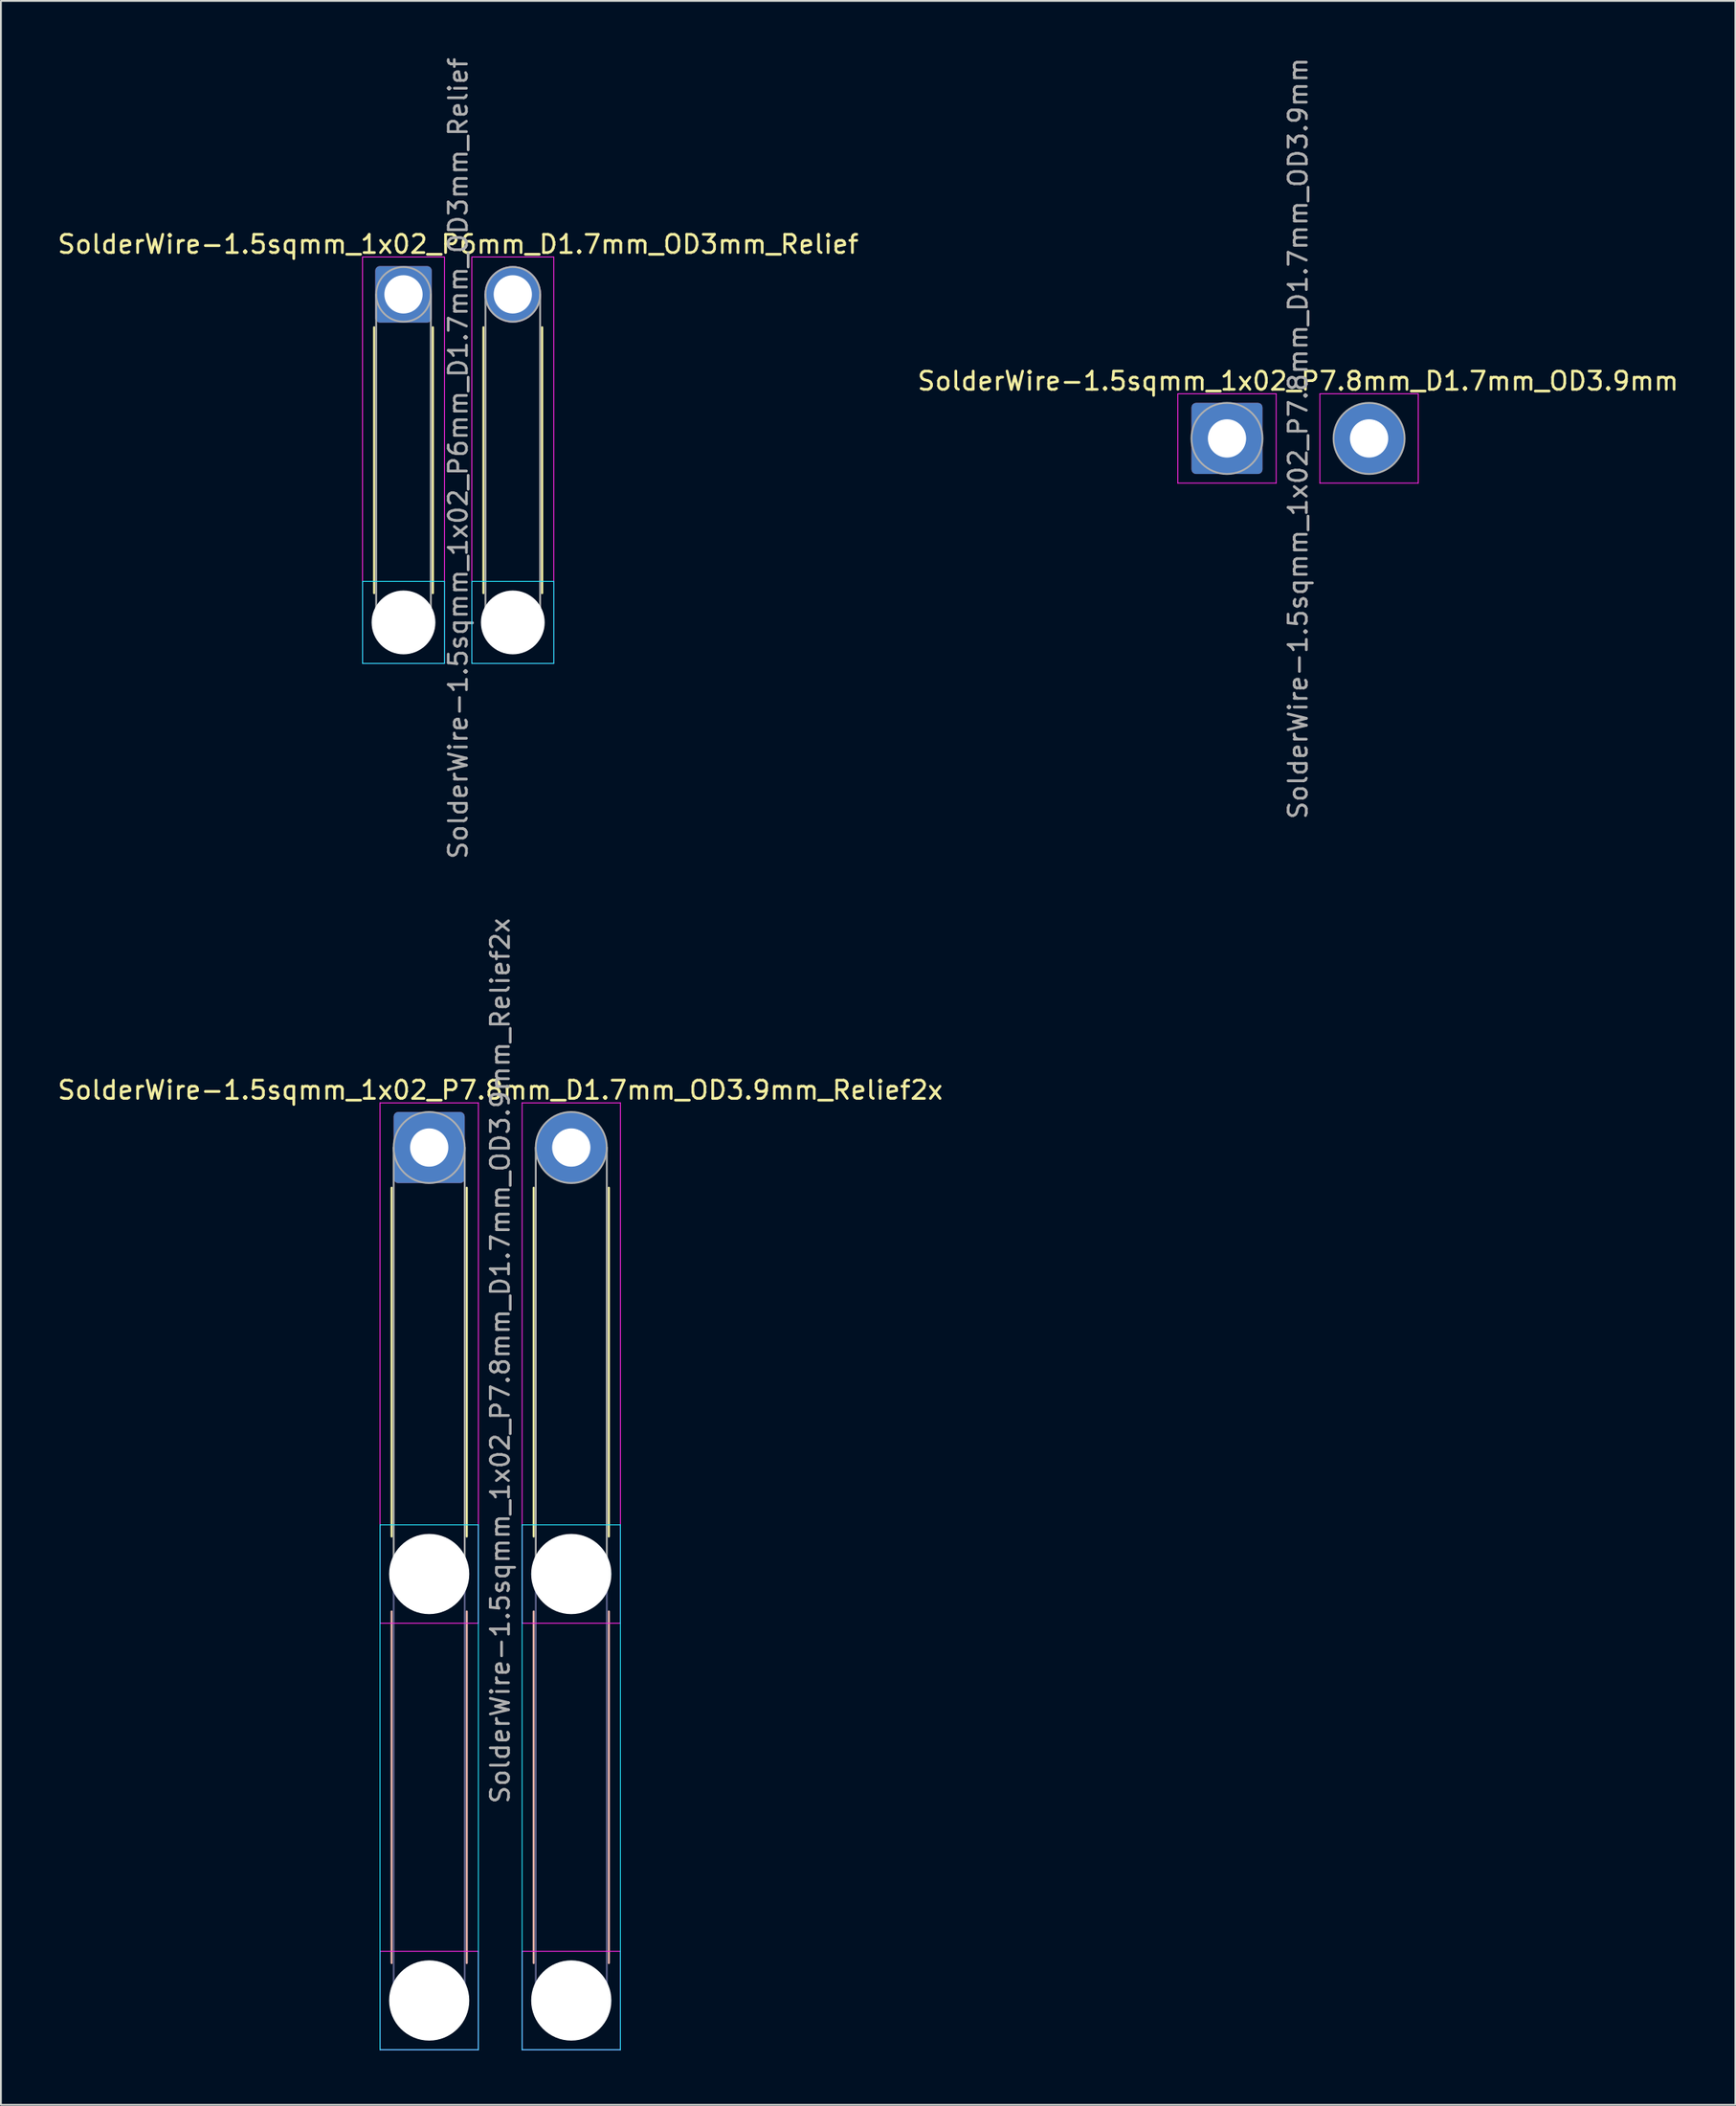
<source format=kicad_pcb>
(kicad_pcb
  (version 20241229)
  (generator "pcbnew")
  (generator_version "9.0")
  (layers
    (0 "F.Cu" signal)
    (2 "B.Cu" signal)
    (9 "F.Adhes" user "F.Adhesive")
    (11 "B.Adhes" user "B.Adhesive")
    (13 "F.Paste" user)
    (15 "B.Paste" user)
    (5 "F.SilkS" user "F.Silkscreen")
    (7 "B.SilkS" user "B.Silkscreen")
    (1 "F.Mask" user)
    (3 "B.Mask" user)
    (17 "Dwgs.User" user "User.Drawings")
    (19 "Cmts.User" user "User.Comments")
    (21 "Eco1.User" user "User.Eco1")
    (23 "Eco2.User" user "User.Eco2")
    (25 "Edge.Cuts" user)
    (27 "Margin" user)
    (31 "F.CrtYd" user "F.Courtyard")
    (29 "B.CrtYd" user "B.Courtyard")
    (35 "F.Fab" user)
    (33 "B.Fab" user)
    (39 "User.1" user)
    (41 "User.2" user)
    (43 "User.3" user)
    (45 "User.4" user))
  (footprint "SolderWire-1.5sqmm_1x02_P6mm_D1.7mm_OD3mm_Relief"
    (layer "F.Cu")
    (at 19.101 13.101)
    (property "Reference" "SolderWire-1.5sqmm_1x02_P6mm_D1.7mm_OD3mm_Relief" (at 3 -2.75 0) (layer "F.SilkS") (effects (font (size 1 1) (thickness 0.15))))
    (attr exclude_from_pos_files exclude_from_bom)
    (fp_line (start -1.61 1.81) (end -1.61 16.39) (stroke (width 0.12) (type solid)) (layer "F.SilkS"))
    (fp_line (start 1.61 1.81) (end 1.61 16.39) (stroke (width 0.12) (type solid)) (layer "F.SilkS"))
    (fp_line (start 4.39 1.81) (end 4.39 16.39) (stroke (width 0.12) (type solid)) (layer "F.SilkS"))
    (fp_line (start 7.61 1.81) (end 7.61 16.39) (stroke (width 0.12) (type solid)) (layer "F.SilkS"))
    (fp_line (start -2.25 15.75) (end -2.25 20.25) (stroke (width 0.05) (type solid)) (layer "B.CrtYd"))
    (fp_line (start -2.25 20.25) (end 2.25 20.25) (stroke (width 0.05) (type solid)) (layer "B.CrtYd"))
    (fp_line (start 2.25 15.75) (end -2.25 15.75) (stroke (width 0.05) (type solid)) (layer "B.CrtYd"))
    (fp_line (start 2.25 20.25) (end 2.25 15.75) (stroke (width 0.05) (type solid)) (layer "B.CrtYd"))
    (fp_line (start 3.75 15.75) (end 3.75 20.25) (stroke (width 0.05) (type solid)) (layer "B.CrtYd"))
    (fp_line (start 3.75 20.25) (end 8.25 20.25) (stroke (width 0.05) (type solid)) (layer "B.CrtYd"))
    (fp_line (start 8.25 15.75) (end 3.75 15.75) (stroke (width 0.05) (type solid)) (layer "B.CrtYd"))
    (fp_line (start 8.25 20.25) (end 8.25 15.75) (stroke (width 0.05) (type solid)) (layer "B.CrtYd"))
    (fp_line (start -2.25 -2.05) (end -2.25 20.25) (stroke (width 0.05) (type solid)) (layer "F.CrtYd"))
    (fp_line (start -2.25 20.25) (end 2.25 20.25) (stroke (width 0.05) (type solid)) (layer "F.CrtYd"))
    (fp_line (start 2.25 -2.05) (end -2.25 -2.05) (stroke (width 0.05) (type solid)) (layer "F.CrtYd"))
    (fp_line (start 2.25 20.25) (end 2.25 -2.05) (stroke (width 0.05) (type solid)) (layer "F.CrtYd"))
    (fp_line (start 3.75 -2.05) (end 3.75 20.25) (stroke (width 0.05) (type solid)) (layer "F.CrtYd"))
    (fp_line (start 3.75 20.25) (end 8.25 20.25) (stroke (width 0.05) (type solid)) (layer "F.CrtYd"))
    (fp_line (start 8.25 -2.05) (end 3.75 -2.05) (stroke (width 0.05) (type solid)) (layer "F.CrtYd"))
    (fp_line (start 8.25 20.25) (end 8.25 -2.05) (stroke (width 0.05) (type solid)) (layer "F.CrtYd"))
    (fp_line (start -1.5 0) (end -1.5 18) (stroke (width 0.1) (type solid)) (layer "F.Fab"))
    (fp_line (start 1.5 0) (end 1.5 18) (stroke (width 0.1) (type solid)) (layer "F.Fab"))
    (fp_line (start 4.5 0) (end 4.5 18) (stroke (width 0.1) (type solid)) (layer "F.Fab"))
    (fp_line (start 7.5 0) (end 7.5 18) (stroke (width 0.1) (type solid)) (layer "F.Fab"))
    (fp_circle (center 0 0) (end 1.5 0) (stroke (width 0.1) (type solid)) (fill no) (layer "F.Fab"))
    (fp_circle (center 0 18) (end 1.5 18) (stroke (width 0.1) (type solid)) (fill no) (layer "F.Fab"))
    (fp_circle (center 6 0) (end 7.5 0) (stroke (width 0.1) (type solid)) (fill no) (layer "F.Fab"))
    (fp_circle (center 6 18) (end 7.5 18) (stroke (width 0.1) (type solid)) (fill no) (layer "F.Fab"))
    (fp_text user "${REFERENCE}" (at 3 9 90) (layer "F.Fab") (effects (font (size 1 1) (thickness 0.15))))
    (pad "" np_thru_hole circle (at 0 18) (size 3.5 3.5) (drill 3.5) (layers "*.Cu" "*.Mask"))
    (pad "" np_thru_hole circle (at 6 18) (size 3.5 3.5) (drill 3.5) (layers "*.Cu" "*.Mask"))
    (pad "1" thru_hole roundrect (at 0 0) (size 3.1 3.1) (drill 2.1) (layers "*.Cu" "*.Mask") (roundrect_rratio 0.081))
    (pad "2" thru_hole circle (at 6 0) (size 3.1 3.1) (drill 2.1) (layers "*.Cu" "*.Mask")))
  (footprint "SolderWire-1.5sqmm_1x02_P7.8mm_D1.7mm_OD3.9mm_Relief2x"
    (layer "F.Cu")
    (at 20.511 59.913)
    (property "Reference" "SolderWire-1.5sqmm_1x02_P7.8mm_D1.7mm_OD3.9mm_Relief2x" (at 3.9 -3.15 0) (layer "F.SilkS") (effects (font (size 1 1) (thickness 0.15))))
    (attr exclude_from_pos_files exclude_from_bom)
    (fp_line (start -2.06 2.21) (end -2.06 21.34) (stroke (width 0.12) (type solid)) (layer "F.SilkS"))
    (fp_line (start 2.06 2.21) (end 2.06 21.34) (stroke (width 0.12) (type solid)) (layer "F.SilkS"))
    (fp_line (start 5.74 2.21) (end 5.74 21.34) (stroke (width 0.12) (type solid)) (layer "F.SilkS"))
    (fp_line (start 9.86 2.21) (end 9.86 21.34) (stroke (width 0.12) (type solid)) (layer "F.SilkS"))
    (fp_line (start -2.06 25.46) (end -2.06 44.74) (stroke (width 0.12) (type solid)) (layer "B.SilkS"))
    (fp_line (start 2.06 25.46) (end 2.06 44.74) (stroke (width 0.12) (type solid)) (layer "B.SilkS"))
    (fp_line (start 5.74 25.46) (end 5.74 44.74) (stroke (width 0.12) (type solid)) (layer "B.SilkS"))
    (fp_line (start 9.86 25.46) (end 9.86 44.74) (stroke (width 0.12) (type solid)) (layer "B.SilkS"))
    (fp_line (start -2.7 20.7) (end -2.7 49.5) (stroke (width 0.05) (type solid)) (layer "B.CrtYd"))
    (fp_line (start -2.7 49.5) (end 2.7 49.5) (stroke (width 0.05) (type solid)) (layer "B.CrtYd"))
    (fp_line (start 2.7 20.7) (end -2.7 20.7) (stroke (width 0.05) (type solid)) (layer "B.CrtYd"))
    (fp_line (start 2.7 49.5) (end 2.7 20.7) (stroke (width 0.05) (type solid)) (layer "B.CrtYd"))
    (fp_line (start 5.1 20.7) (end 5.1 49.5) (stroke (width 0.05) (type solid)) (layer "B.CrtYd"))
    (fp_line (start 5.1 49.5) (end 10.5 49.5) (stroke (width 0.05) (type solid)) (layer "B.CrtYd"))
    (fp_line (start 10.5 20.7) (end 5.1 20.7) (stroke (width 0.05) (type solid)) (layer "B.CrtYd"))
    (fp_line (start 10.5 49.5) (end 10.5 20.7) (stroke (width 0.05) (type solid)) (layer "B.CrtYd"))
    (fp_line (start -2.7 -2.45) (end -2.7 26.1) (stroke (width 0.05) (type solid)) (layer "F.CrtYd"))
    (fp_line (start -2.7 26.1) (end 2.7 26.1) (stroke (width 0.05) (type solid)) (layer "F.CrtYd"))
    (fp_line (start -2.7 44.1) (end -2.7 49.5) (stroke (width 0.05) (type solid)) (layer "F.CrtYd"))
    (fp_line (start -2.7 49.5) (end 2.7 49.5) (stroke (width 0.05) (type solid)) (layer "F.CrtYd"))
    (fp_line (start 2.7 -2.45) (end -2.7 -2.45) (stroke (width 0.05) (type solid)) (layer "F.CrtYd"))
    (fp_line (start 2.7 26.1) (end 2.7 -2.45) (stroke (width 0.05) (type solid)) (layer "F.CrtYd"))
    (fp_line (start 2.7 44.1) (end -2.7 44.1) (stroke (width 0.05) (type solid)) (layer "F.CrtYd"))
    (fp_line (start 2.7 49.5) (end 2.7 44.1) (stroke (width 0.05) (type solid)) (layer "F.CrtYd"))
    (fp_line (start 5.1 -2.45) (end 5.1 26.1) (stroke (width 0.05) (type solid)) (layer "F.CrtYd"))
    (fp_line (start 5.1 26.1) (end 10.5 26.1) (stroke (width 0.05) (type solid)) (layer "F.CrtYd"))
    (fp_line (start 5.1 44.1) (end 5.1 49.5) (stroke (width 0.05) (type solid)) (layer "F.CrtYd"))
    (fp_line (start 5.1 49.5) (end 10.5 49.5) (stroke (width 0.05) (type solid)) (layer "F.CrtYd"))
    (fp_line (start 10.5 -2.45) (end 5.1 -2.45) (stroke (width 0.05) (type solid)) (layer "F.CrtYd"))
    (fp_line (start 10.5 26.1) (end 10.5 -2.45) (stroke (width 0.05) (type solid)) (layer "F.CrtYd"))
    (fp_line (start 10.5 44.1) (end 5.1 44.1) (stroke (width 0.05) (type solid)) (layer "F.CrtYd"))
    (fp_line (start 10.5 49.5) (end 10.5 44.1) (stroke (width 0.05) (type solid)) (layer "F.CrtYd"))
    (fp_line (start -1.95 23.4) (end -1.95 46.8) (stroke (width 0.1) (type solid)) (layer "B.Fab"))
    (fp_line (start 1.95 23.4) (end 1.95 46.8) (stroke (width 0.1) (type solid)) (layer "B.Fab"))
    (fp_line (start 5.85 23.4) (end 5.85 46.8) (stroke (width 0.1) (type solid)) (layer "B.Fab"))
    (fp_line (start 9.75 23.4) (end 9.75 46.8) (stroke (width 0.1) (type solid)) (layer "B.Fab"))
    (fp_circle (center 0 23.4) (end 1.95 23.4) (stroke (width 0.1) (type solid)) (fill no) (layer "B.Fab"))
    (fp_circle (center 0 46.8) (end 1.95 46.8) (stroke (width 0.1) (type solid)) (fill no) (layer "B.Fab"))
    (fp_circle (center 7.8 23.4) (end 9.75 23.4) (stroke (width 0.1) (type solid)) (fill no) (layer "B.Fab"))
    (fp_circle (center 7.8 46.8) (end 9.75 46.8) (stroke (width 0.1) (type solid)) (fill no) (layer "B.Fab"))
    (fp_line (start -1.95 0) (end -1.95 23.4) (stroke (width 0.1) (type solid)) (layer "F.Fab"))
    (fp_line (start 1.95 0) (end 1.95 23.4) (stroke (width 0.1) (type solid)) (layer "F.Fab"))
    (fp_line (start 5.85 0) (end 5.85 23.4) (stroke (width 0.1) (type solid)) (layer "F.Fab"))
    (fp_line (start 9.75 0) (end 9.75 23.4) (stroke (width 0.1) (type solid)) (layer "F.Fab"))
    (fp_circle (center 0 0) (end 1.95 0) (stroke (width 0.1) (type solid)) (fill no) (layer "F.Fab"))
    (fp_circle (center 0 23.4) (end 1.95 23.4) (stroke (width 0.1) (type solid)) (fill no) (layer "F.Fab"))
    (fp_circle (center 0 46.8) (end 1.95 46.8) (stroke (width 0.1) (type solid)) (fill no) (layer "F.Fab"))
    (fp_circle (center 7.8 0) (end 9.75 0) (stroke (width 0.1) (type solid)) (fill no) (layer "F.Fab"))
    (fp_circle (center 7.8 23.4) (end 9.75 23.4) (stroke (width 0.1) (type solid)) (fill no) (layer "F.Fab"))
    (fp_circle (center 7.8 46.8) (end 9.75 46.8) (stroke (width 0.1) (type solid)) (fill no) (layer "F.Fab"))
    (fp_text user "${REFERENCE}" (at 3.9 11.7 90) (layer "F.Fab") (effects (font (size 1 1) (thickness 0.15))))
    (pad "" np_thru_hole circle (at 0 23.4) (size 4.4 4.4) (drill 4.4) (layers "*.Cu" "*.Mask"))
    (pad "" np_thru_hole circle (at 0 46.8) (size 4.4 4.4) (drill 4.4) (layers "*.Cu" "*.Mask"))
    (pad "" np_thru_hole circle (at 7.8 23.4) (size 4.4 4.4) (drill 4.4) (layers "*.Cu" "*.Mask"))
    (pad "" np_thru_hole circle (at 7.8 46.8) (size 4.4 4.4) (drill 4.4) (layers "*.Cu" "*.Mask"))
    (pad "1" thru_hole roundrect (at 0 0) (size 3.9 3.9) (drill 2.1) (layers "*.Cu" "*.Mask") (roundrect_rratio 0.064))
    (pad "2" thru_hole circle (at 7.8 0) (size 3.9 3.9) (drill 2.1) (layers "*.Cu" "*.Mask")))
  (footprint "SolderWire-1.5sqmm_1x02_P7.8mm_D1.7mm_OD3.9mm"
    (layer "F.Cu")
    (at 64.308 21.006)
    (property "Reference" "SolderWire-1.5sqmm_1x02_P7.8mm_D1.7mm_OD3.9mm" (at 3.9 -3.15 0) (layer "F.SilkS") (effects (font (size 1 1) (thickness 0.15))))
    (attr exclude_from_pos_files exclude_from_bom)
    (fp_line (start -2.7 -2.45) (end -2.7 2.45) (stroke (width 0.05) (type solid)) (layer "F.CrtYd"))
    (fp_line (start -2.7 2.45) (end 2.7 2.45) (stroke (width 0.05) (type solid)) (layer "F.CrtYd"))
    (fp_line (start 2.7 -2.45) (end -2.7 -2.45) (stroke (width 0.05) (type solid)) (layer "F.CrtYd"))
    (fp_line (start 2.7 2.45) (end 2.7 -2.45) (stroke (width 0.05) (type solid)) (layer "F.CrtYd"))
    (fp_line (start 5.1 -2.45) (end 5.1 2.45) (stroke (width 0.05) (type solid)) (layer "F.CrtYd"))
    (fp_line (start 5.1 2.45) (end 10.5 2.45) (stroke (width 0.05) (type solid)) (layer "F.CrtYd"))
    (fp_line (start 10.5 -2.45) (end 5.1 -2.45) (stroke (width 0.05) (type solid)) (layer "F.CrtYd"))
    (fp_line (start 10.5 2.45) (end 10.5 -2.45) (stroke (width 0.05) (type solid)) (layer "F.CrtYd"))
    (fp_circle (center 0 0) (end 1.95 0) (stroke (width 0.1) (type solid)) (fill no) (layer "F.Fab"))
    (fp_circle (center 7.8 0) (end 9.75 0) (stroke (width 0.1) (type solid)) (fill no) (layer "F.Fab"))
    (fp_text user "${REFERENCE}" (at 3.9 0 90) (layer "F.Fab") (effects (font (size 1 1) (thickness 0.15))))
    (pad "1" thru_hole roundrect (at 0 0) (size 3.9 3.9) (drill 2.1) (layers "*.Cu" "*.Mask") (roundrect_rratio 0.064))
    (pad "2" thru_hole circle (at 7.8 0) (size 3.9 3.9) (drill 2.1) (layers "*.Cu" "*.Mask")))
  (gr_rect
    (start -3 -3)
    (end 92.214 112.438)
    (stroke (width 0.1) (type default))
    (fill no)
    (layer "Edge.Cuts")))
</source>
